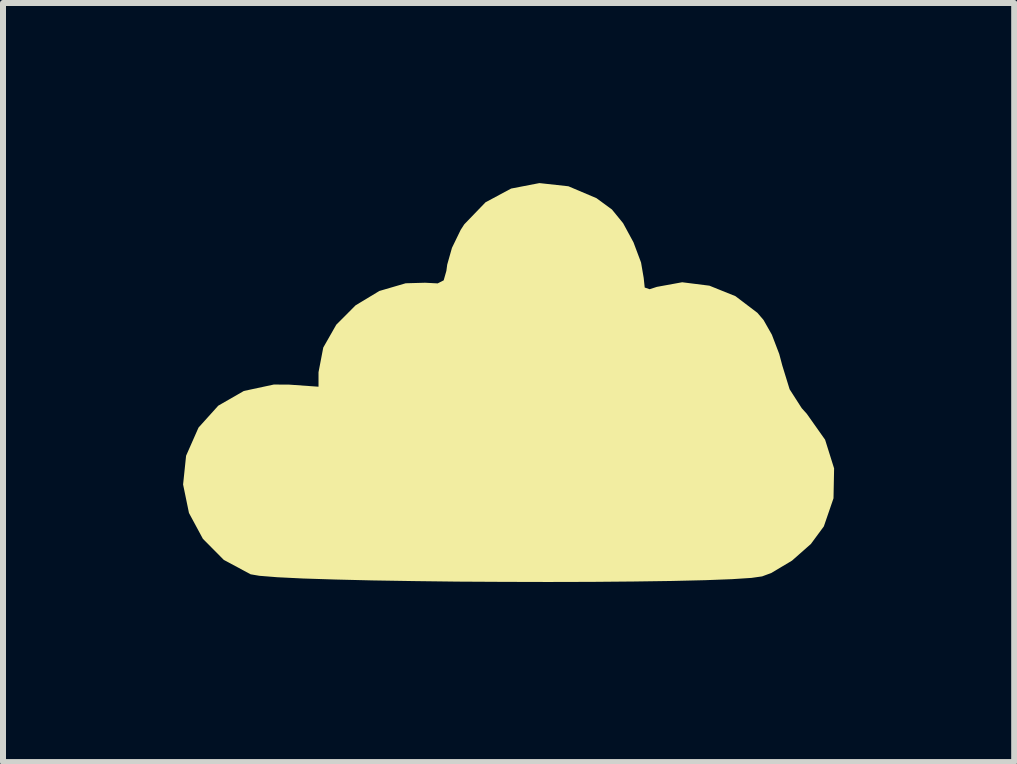
<source format=kicad_pcb>
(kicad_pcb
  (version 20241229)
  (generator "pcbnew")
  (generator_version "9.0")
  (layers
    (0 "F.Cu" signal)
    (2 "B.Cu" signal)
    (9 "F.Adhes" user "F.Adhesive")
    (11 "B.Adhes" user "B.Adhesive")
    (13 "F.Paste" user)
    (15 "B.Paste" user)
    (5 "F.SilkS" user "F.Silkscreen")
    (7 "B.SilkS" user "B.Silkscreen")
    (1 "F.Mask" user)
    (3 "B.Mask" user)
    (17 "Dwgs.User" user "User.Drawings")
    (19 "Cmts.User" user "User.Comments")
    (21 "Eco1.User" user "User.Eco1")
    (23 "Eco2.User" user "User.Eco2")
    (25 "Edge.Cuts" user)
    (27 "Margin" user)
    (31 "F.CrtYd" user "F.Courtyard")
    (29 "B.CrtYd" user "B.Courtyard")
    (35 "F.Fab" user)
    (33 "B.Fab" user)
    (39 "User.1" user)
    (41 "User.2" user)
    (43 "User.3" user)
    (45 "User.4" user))
  (footprint "cloud"
    (layer "F.Cu")
    (at 5.431 3.297)
    (property "Reference" "cloud" (at 0 0 0) (layer "F.SilkS") (effects (font (size 1.5 1.5) (thickness 0.3))))
    (attr board_only exclude_from_pos_files exclude_from_bom)
    (fp_poly (pts (xy 0.988 -3.244) (xy 1.455 -3.046) (xy 1.713 -2.857) (xy 1.899 -2.629) (xy 2.072 -2.31) (xy 2.198 -1.974) (xy 2.242 -1.717) (xy 2.259 -1.557) (xy 2.341 -1.529) (xy 2.461 -1.568) (xy 2.883 -1.645) (xy 3.337 -1.588) (xy 3.771 -1.413) (xy 4.136 -1.136) (xy 4.238 -1.017) (xy 4.377 -0.772) (xy 4.5 -0.45) (xy 4.551 -0.258) (xy 4.673 0.138) (xy 4.875 0.453) (xy 4.958 0.545) (xy 5.264 0.978) (xy 5.414 1.456) (xy 5.404 1.954) (xy 5.243 2.422) (xy 5.027 2.715) (xy 4.713 2.992) (xy 4.368 3.198) (xy 4.214 3.255) (xy 4.037 3.28) (xy 3.714 3.301) (xy 3.267 3.318) (xy 2.715 3.331) (xy 2.081 3.34) (xy 1.386 3.346) (xy 0.65 3.348) (xy -0.105 3.346) (xy -0.858 3.342) (xy -1.588 3.333) (xy -2.275 3.322) (xy -2.896 3.307) (xy -3.431 3.29) (xy -3.86 3.269) (xy -4.16 3.245) (xy -4.306 3.22) (xy -4.753 2.98) (xy -5.101 2.629) (xy -5.333 2.199) (xy -5.431 1.724) (xy -5.381 1.245) (xy -5.174 0.776) (xy -4.845 0.411) (xy -4.419 0.166) (xy -3.92 0.059) (xy -3.668 0.06) (xy -3.175 0.095) (xy -3.175 -0.146) (xy -3.096 -0.557) (xy -2.879 -0.938) (xy -2.557 -1.261) (xy -2.161 -1.5) (xy -1.723 -1.628) (xy -1.4 -1.637) (xy -1.19 -1.626) (xy -1.09 -1.677) (xy -1.045 -1.835) (xy -1.031 -1.939) (xy -0.952 -2.218) (xy -0.807 -2.517) (xy -0.747 -2.61) (xy -0.393 -2.977) (xy 0.034 -3.206) (xy 0.505 -3.297)) (stroke (width 0) (type solid)) (fill yes) (layer "F.SilkS")))
  (gr_rect
    (start -3 -3)
    (end 13.845 9.645)
    (stroke (width 0.1) (type default))
    (fill no)
    (layer "Edge.Cuts")))
</source>
